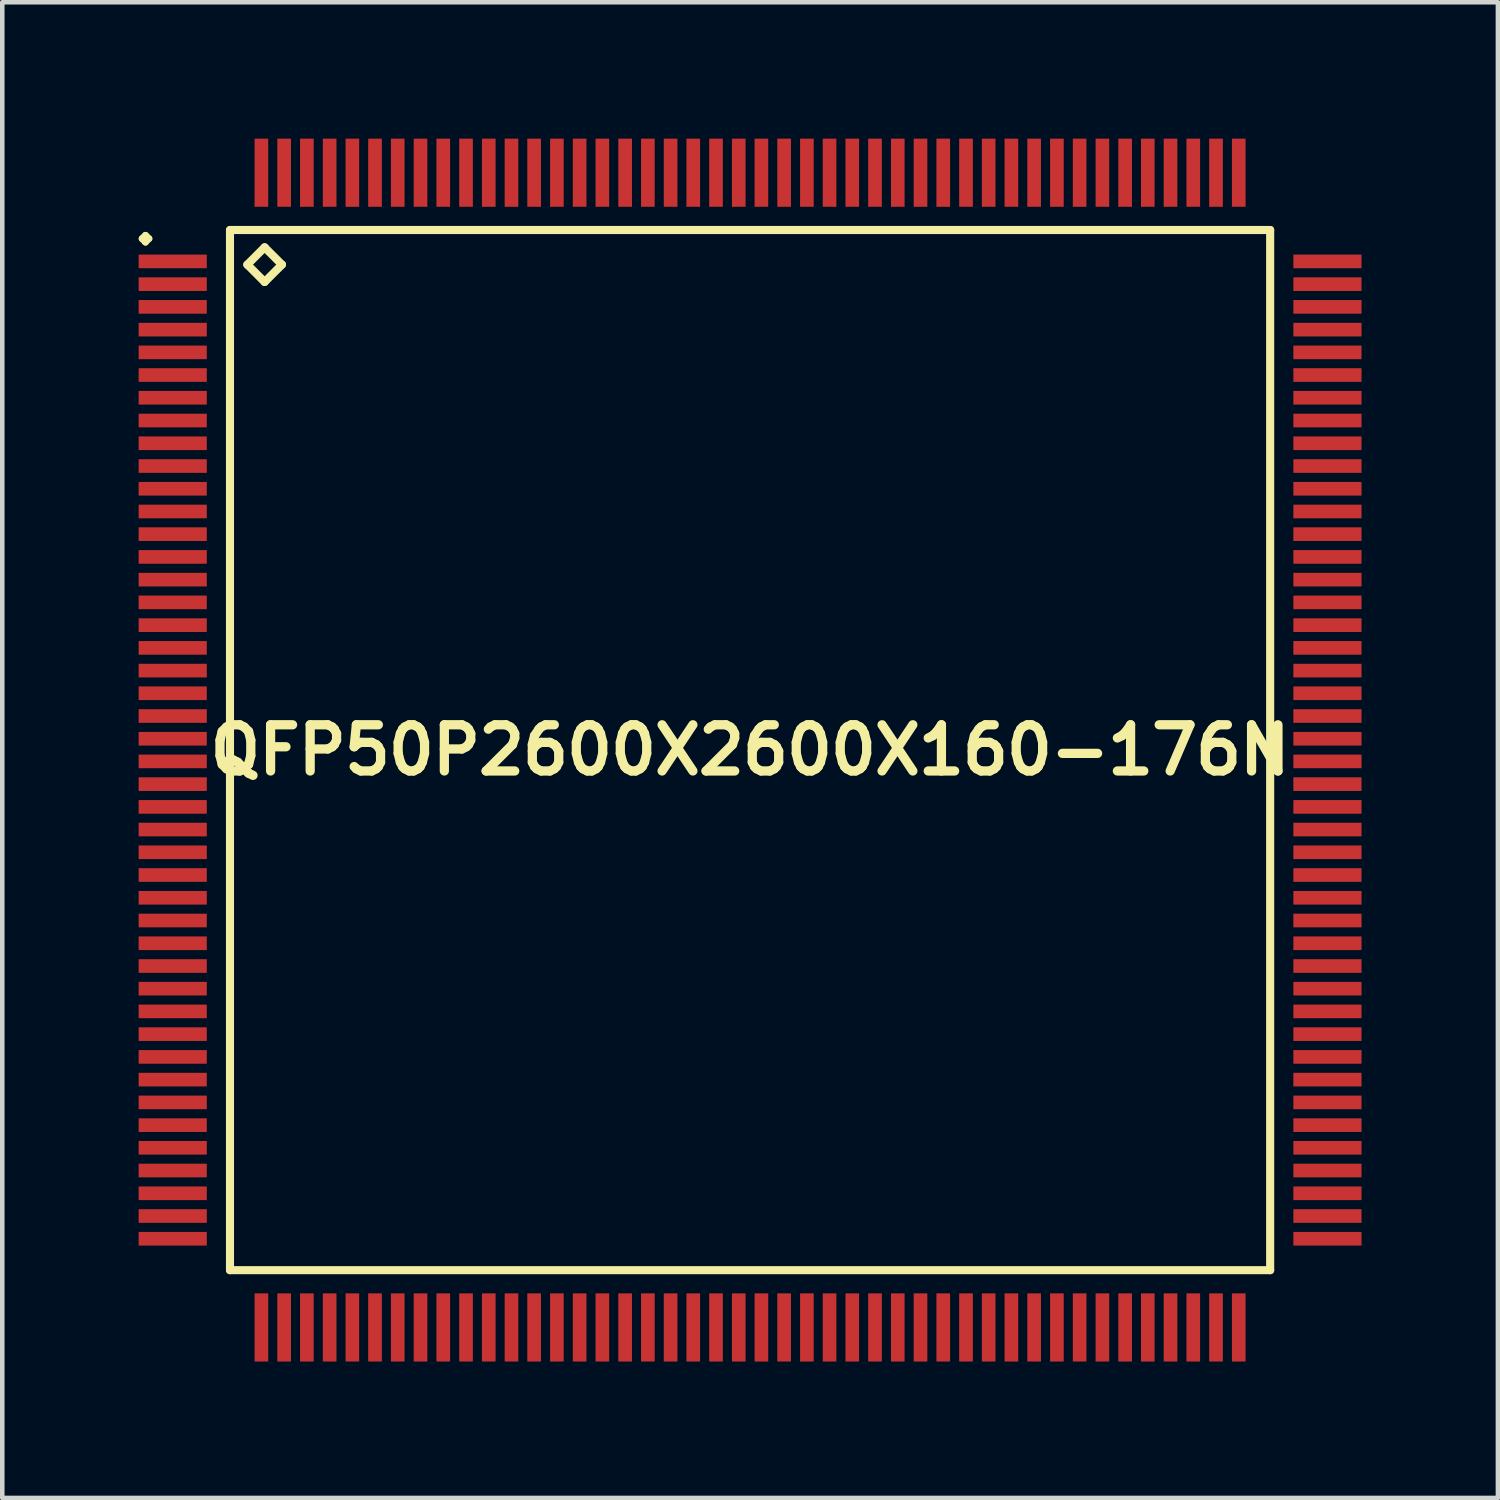
<source format=kicad_pcb>
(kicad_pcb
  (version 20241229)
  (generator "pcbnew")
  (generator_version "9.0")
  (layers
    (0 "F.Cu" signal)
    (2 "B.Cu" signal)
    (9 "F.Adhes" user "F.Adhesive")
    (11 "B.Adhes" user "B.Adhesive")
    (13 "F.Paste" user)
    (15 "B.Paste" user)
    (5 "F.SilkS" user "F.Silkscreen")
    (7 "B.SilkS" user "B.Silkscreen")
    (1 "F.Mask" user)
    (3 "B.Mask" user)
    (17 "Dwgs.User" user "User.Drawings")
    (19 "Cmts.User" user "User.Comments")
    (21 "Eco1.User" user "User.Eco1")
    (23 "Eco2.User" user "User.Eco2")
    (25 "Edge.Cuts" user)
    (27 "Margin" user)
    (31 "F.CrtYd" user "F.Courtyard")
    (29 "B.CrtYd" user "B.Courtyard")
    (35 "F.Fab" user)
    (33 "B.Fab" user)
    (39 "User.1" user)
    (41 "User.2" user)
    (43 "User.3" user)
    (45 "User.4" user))
  (footprint "QFP50P2600X2600X160-176N"
    (layer "F.Cu")
    (at 13.449 13.449)
    (property "Reference" "QFP50P2600X2600X160-176N" (at 0 0 0) (layer "F.SilkS") (effects (font (size 1.016 1.016) (thickness 0.203))))
    (attr smd)
    (fp_line (start -13.373 -11.25) (end -13.299 -11.323) (stroke (width 0.15) (type solid)) (layer "F.SilkS"))
    (fp_line (start -13.299 -11.323) (end -13.223 -11.25) (stroke (width 0.15) (type solid)) (layer "F.SilkS"))
    (fp_line (start -13.299 -11.173) (end -13.373 -11.25) (stroke (width 0.15) (type solid)) (layer "F.SilkS"))
    (fp_line (start -13.223 -11.25) (end -13.299 -11.173) (stroke (width 0.15) (type solid)) (layer "F.SilkS"))
    (fp_line (start -11.44 -11.44) (end -11.44 11.44) (stroke (width 0.178) (type solid)) (layer "F.SilkS"))
    (fp_line (start -11.44 11.44) (end 11.44 11.44) (stroke (width 0.178) (type solid)) (layer "F.SilkS"))
    (fp_line (start -11.059 -10.678) (end -10.678 -11.059) (stroke (width 0.178) (type solid)) (layer "F.SilkS"))
    (fp_line (start -10.678 -11.059) (end -10.297 -10.678) (stroke (width 0.178) (type solid)) (layer "F.SilkS"))
    (fp_line (start -10.678 -10.297) (end -11.059 -10.678) (stroke (width 0.178) (type solid)) (layer "F.SilkS"))
    (fp_line (start -10.297 -10.678) (end -10.678 -10.297) (stroke (width 0.178) (type solid)) (layer "F.SilkS"))
    (fp_line (start 11.44 -11.44) (end -11.44 -11.44) (stroke (width 0.178) (type solid)) (layer "F.SilkS"))
    (fp_line (start 11.44 11.44) (end 11.44 -11.44) (stroke (width 0.178) (type solid)) (layer "F.SilkS"))
    (pad "1" smd rect (at -12.7 -10.749) (size 1.499 0.3) (layers "F.Cu" "F.Mask" "F.Paste"))
    (pad "2" smd rect (at -12.7 -10.249) (size 1.499 0.3) (layers "F.Cu" "F.Mask" "F.Paste"))
    (pad "3" smd rect (at -12.7 -9.749) (size 1.499 0.3) (layers "F.Cu" "F.Mask" "F.Paste"))
    (pad "4" smd rect (at -12.7 -9.248) (size 1.499 0.3) (layers "F.Cu" "F.Mask" "F.Paste"))
    (pad "5" smd rect (at -12.7 -8.748) (size 1.499 0.3) (layers "F.Cu" "F.Mask" "F.Paste"))
    (pad "6" smd rect (at -12.7 -8.25) (size 1.499 0.3) (layers "F.Cu" "F.Mask" "F.Paste"))
    (pad "7" smd rect (at -12.7 -7.75) (size 1.499 0.3) (layers "F.Cu" "F.Mask" "F.Paste"))
    (pad "8" smd rect (at -12.7 -7.249) (size 1.499 0.3) (layers "F.Cu" "F.Mask" "F.Paste"))
    (pad "9" smd rect (at -12.7 -6.749) (size 1.499 0.3) (layers "F.Cu" "F.Mask" "F.Paste"))
    (pad "10" smd rect (at -12.7 -6.248) (size 1.499 0.3) (layers "F.Cu" "F.Mask" "F.Paste"))
    (pad "11" smd rect (at -12.7 -5.748) (size 1.499 0.3) (layers "F.Cu" "F.Mask" "F.Paste"))
    (pad "12" smd rect (at -12.7 -5.248) (size 1.499 0.3) (layers "F.Cu" "F.Mask" "F.Paste"))
    (pad "13" smd rect (at -12.7 -4.75) (size 1.499 0.3) (layers "F.Cu" "F.Mask" "F.Paste"))
    (pad "14" smd rect (at -12.7 -4.249) (size 1.499 0.3) (layers "F.Cu" "F.Mask" "F.Paste"))
    (pad "15" smd rect (at -12.7 -3.749) (size 1.499 0.3) (layers "F.Cu" "F.Mask" "F.Paste"))
    (pad "16" smd rect (at -12.7 -3.249) (size 1.499 0.3) (layers "F.Cu" "F.Mask" "F.Paste"))
    (pad "17" smd rect (at -12.7 -2.748) (size 1.499 0.3) (layers "F.Cu" "F.Mask" "F.Paste"))
    (pad "18" smd rect (at -12.7 -2.248) (size 1.499 0.3) (layers "F.Cu" "F.Mask" "F.Paste"))
    (pad "19" smd rect (at -12.7 -1.748) (size 1.499 0.3) (layers "F.Cu" "F.Mask" "F.Paste"))
    (pad "20" smd rect (at -12.7 -1.25) (size 1.499 0.3) (layers "F.Cu" "F.Mask" "F.Paste"))
    (pad "21" smd rect (at -12.7 -0.749) (size 1.499 0.3) (layers "F.Cu" "F.Mask" "F.Paste"))
    (pad "22" smd rect (at -12.7 -0.249) (size 1.499 0.3) (layers "F.Cu" "F.Mask" "F.Paste"))
    (pad "23" smd rect (at -12.7 0.249) (size 1.499 0.3) (layers "F.Cu" "F.Mask" "F.Paste"))
    (pad "24" smd rect (at -12.7 0.749) (size 1.499 0.3) (layers "F.Cu" "F.Mask" "F.Paste"))
    (pad "25" smd rect (at -12.7 1.25) (size 1.499 0.3) (layers "F.Cu" "F.Mask" "F.Paste"))
    (pad "26" smd rect (at -12.7 1.748) (size 1.499 0.3) (layers "F.Cu" "F.Mask" "F.Paste"))
    (pad "27" smd rect (at -12.7 2.248) (size 1.499 0.3) (layers "F.Cu" "F.Mask" "F.Paste"))
    (pad "28" smd rect (at -12.7 2.748) (size 1.499 0.3) (layers "F.Cu" "F.Mask" "F.Paste"))
    (pad "29" smd rect (at -12.7 3.249) (size 1.499 0.3) (layers "F.Cu" "F.Mask" "F.Paste"))
    (pad "30" smd rect (at -12.7 3.749) (size 1.499 0.3) (layers "F.Cu" "F.Mask" "F.Paste"))
    (pad "31" smd rect (at -12.7 4.249) (size 1.499 0.3) (layers "F.Cu" "F.Mask" "F.Paste"))
    (pad "32" smd rect (at -12.7 4.75) (size 1.499 0.3) (layers "F.Cu" "F.Mask" "F.Paste"))
    (pad "33" smd rect (at -12.7 5.248) (size 1.499 0.3) (layers "F.Cu" "F.Mask" "F.Paste"))
    (pad "34" smd rect (at -12.7 5.748) (size 1.499 0.3) (layers "F.Cu" "F.Mask" "F.Paste"))
    (pad "35" smd rect (at -12.7 6.248) (size 1.499 0.3) (layers "F.Cu" "F.Mask" "F.Paste"))
    (pad "36" smd rect (at -12.7 6.749) (size 1.499 0.3) (layers "F.Cu" "F.Mask" "F.Paste"))
    (pad "37" smd rect (at -12.7 7.249) (size 1.499 0.3) (layers "F.Cu" "F.Mask" "F.Paste"))
    (pad "38" smd rect (at -12.7 7.75) (size 1.499 0.3) (layers "F.Cu" "F.Mask" "F.Paste"))
    (pad "39" smd rect (at -12.7 8.25) (size 1.499 0.3) (layers "F.Cu" "F.Mask" "F.Paste"))
    (pad "40" smd rect (at -12.7 8.748) (size 1.499 0.3) (layers "F.Cu" "F.Mask" "F.Paste"))
    (pad "41" smd rect (at -12.7 9.248) (size 1.499 0.3) (layers "F.Cu" "F.Mask" "F.Paste"))
    (pad "42" smd rect (at -12.7 9.749) (size 1.499 0.3) (layers "F.Cu" "F.Mask" "F.Paste"))
    (pad "43" smd rect (at -12.7 10.249) (size 1.499 0.3) (layers "F.Cu" "F.Mask" "F.Paste"))
    (pad "44" smd rect (at -12.7 10.749) (size 1.499 0.3) (layers "F.Cu" "F.Mask" "F.Paste"))
    (pad "45" smd rect (at -10.749 12.7) (size 0.3 1.499) (layers "F.Cu" "F.Mask" "F.Paste"))
    (pad "46" smd rect (at -10.249 12.7) (size 0.3 1.499) (layers "F.Cu" "F.Mask" "F.Paste"))
    (pad "47" smd rect (at -9.749 12.7) (size 0.3 1.499) (layers "F.Cu" "F.Mask" "F.Paste"))
    (pad "48" smd rect (at -9.248 12.7) (size 0.3 1.499) (layers "F.Cu" "F.Mask" "F.Paste"))
    (pad "49" smd rect (at -8.748 12.7) (size 0.3 1.499) (layers "F.Cu" "F.Mask" "F.Paste"))
    (pad "50" smd rect (at -8.25 12.7) (size 0.3 1.499) (layers "F.Cu" "F.Mask" "F.Paste"))
    (pad "51" smd rect (at -7.75 12.7) (size 0.3 1.499) (layers "F.Cu" "F.Mask" "F.Paste"))
    (pad "52" smd rect (at -7.249 12.7) (size 0.3 1.499) (layers "F.Cu" "F.Mask" "F.Paste"))
    (pad "53" smd rect (at -6.749 12.7) (size 0.3 1.499) (layers "F.Cu" "F.Mask" "F.Paste"))
    (pad "54" smd rect (at -6.248 12.7) (size 0.3 1.499) (layers "F.Cu" "F.Mask" "F.Paste"))
    (pad "55" smd rect (at -5.748 12.7) (size 0.3 1.499) (layers "F.Cu" "F.Mask" "F.Paste"))
    (pad "56" smd rect (at -5.248 12.7) (size 0.3 1.499) (layers "F.Cu" "F.Mask" "F.Paste"))
    (pad "57" smd rect (at -4.75 12.7) (size 0.3 1.499) (layers "F.Cu" "F.Mask" "F.Paste"))
    (pad "58" smd rect (at -4.249 12.7) (size 0.3 1.499) (layers "F.Cu" "F.Mask" "F.Paste"))
    (pad "59" smd rect (at -3.749 12.7) (size 0.3 1.499) (layers "F.Cu" "F.Mask" "F.Paste"))
    (pad "60" smd rect (at -3.249 12.7) (size 0.3 1.499) (layers "F.Cu" "F.Mask" "F.Paste"))
    (pad "61" smd rect (at -2.748 12.7) (size 0.3 1.499) (layers "F.Cu" "F.Mask" "F.Paste"))
    (pad "62" smd rect (at -2.248 12.7) (size 0.3 1.499) (layers "F.Cu" "F.Mask" "F.Paste"))
    (pad "63" smd rect (at -1.748 12.7) (size 0.3 1.499) (layers "F.Cu" "F.Mask" "F.Paste"))
    (pad "64" smd rect (at -1.25 12.7) (size 0.3 1.499) (layers "F.Cu" "F.Mask" "F.Paste"))
    (pad "65" smd rect (at -0.749 12.7) (size 0.3 1.499) (layers "F.Cu" "F.Mask" "F.Paste"))
    (pad "66" smd rect (at -0.249 12.7) (size 0.3 1.499) (layers "F.Cu" "F.Mask" "F.Paste"))
    (pad "67" smd rect (at 0.249 12.7) (size 0.3 1.499) (layers "F.Cu" "F.Mask" "F.Paste"))
    (pad "68" smd rect (at 0.749 12.7) (size 0.3 1.499) (layers "F.Cu" "F.Mask" "F.Paste"))
    (pad "69" smd rect (at 1.25 12.7) (size 0.3 1.499) (layers "F.Cu" "F.Mask" "F.Paste"))
    (pad "70" smd rect (at 1.748 12.7) (size 0.3 1.499) (layers "F.Cu" "F.Mask" "F.Paste"))
    (pad "71" smd rect (at 2.248 12.7) (size 0.3 1.499) (layers "F.Cu" "F.Mask" "F.Paste"))
    (pad "72" smd rect (at 2.748 12.7) (size 0.3 1.499) (layers "F.Cu" "F.Mask" "F.Paste"))
    (pad "73" smd rect (at 3.249 12.7) (size 0.3 1.499) (layers "F.Cu" "F.Mask" "F.Paste"))
    (pad "74" smd rect (at 3.749 12.7) (size 0.3 1.499) (layers "F.Cu" "F.Mask" "F.Paste"))
    (pad "75" smd rect (at 4.249 12.7) (size 0.3 1.499) (layers "F.Cu" "F.Mask" "F.Paste"))
    (pad "76" smd rect (at 4.75 12.7) (size 0.3 1.499) (layers "F.Cu" "F.Mask" "F.Paste"))
    (pad "77" smd rect (at 5.248 12.7) (size 0.3 1.499) (layers "F.Cu" "F.Mask" "F.Paste"))
    (pad "78" smd rect (at 5.748 12.7) (size 0.3 1.499) (layers "F.Cu" "F.Mask" "F.Paste"))
    (pad "79" smd rect (at 6.248 12.7) (size 0.3 1.499) (layers "F.Cu" "F.Mask" "F.Paste"))
    (pad "80" smd rect (at 6.749 12.7) (size 0.3 1.499) (layers "F.Cu" "F.Mask" "F.Paste"))
    (pad "81" smd rect (at 7.249 12.7) (size 0.3 1.499) (layers "F.Cu" "F.Mask" "F.Paste"))
    (pad "82" smd rect (at 7.75 12.7) (size 0.3 1.499) (layers "F.Cu" "F.Mask" "F.Paste"))
    (pad "83" smd rect (at 8.25 12.7) (size 0.3 1.499) (layers "F.Cu" "F.Mask" "F.Paste"))
    (pad "84" smd rect (at 8.748 12.7) (size 0.3 1.499) (layers "F.Cu" "F.Mask" "F.Paste"))
    (pad "85" smd rect (at 9.248 12.7) (size 0.3 1.499) (layers "F.Cu" "F.Mask" "F.Paste"))
    (pad "86" smd rect (at 9.749 12.7) (size 0.3 1.499) (layers "F.Cu" "F.Mask" "F.Paste"))
    (pad "87" smd rect (at 10.249 12.7) (size 0.3 1.499) (layers "F.Cu" "F.Mask" "F.Paste"))
    (pad "88" smd rect (at 10.749 12.7) (size 0.3 1.499) (layers "F.Cu" "F.Mask" "F.Paste"))
    (pad "89" smd rect (at 12.7 10.749) (size 1.499 0.3) (layers "F.Cu" "F.Mask" "F.Paste"))
    (pad "90" smd rect (at 12.7 10.249) (size 1.499 0.3) (layers "F.Cu" "F.Mask" "F.Paste"))
    (pad "91" smd rect (at 12.7 9.749) (size 1.499 0.3) (layers "F.Cu" "F.Mask" "F.Paste"))
    (pad "92" smd rect (at 12.7 9.248) (size 1.499 0.3) (layers "F.Cu" "F.Mask" "F.Paste"))
    (pad "93" smd rect (at 12.7 8.748) (size 1.499 0.3) (layers "F.Cu" "F.Mask" "F.Paste"))
    (pad "94" smd rect (at 12.7 8.25) (size 1.499 0.3) (layers "F.Cu" "F.Mask" "F.Paste"))
    (pad "95" smd rect (at 12.7 7.75) (size 1.499 0.3) (layers "F.Cu" "F.Mask" "F.Paste"))
    (pad "96" smd rect (at 12.7 7.249) (size 1.499 0.3) (layers "F.Cu" "F.Mask" "F.Paste"))
    (pad "97" smd rect (at 12.7 6.749) (size 1.499 0.3) (layers "F.Cu" "F.Mask" "F.Paste"))
    (pad "98" smd rect (at 12.7 6.248) (size 1.499 0.3) (layers "F.Cu" "F.Mask" "F.Paste"))
    (pad "99" smd rect (at 12.7 5.748) (size 1.499 0.3) (layers "F.Cu" "F.Mask" "F.Paste"))
    (pad "100" smd rect (at 12.7 5.248) (size 1.499 0.3) (layers "F.Cu" "F.Mask" "F.Paste"))
    (pad "101" smd rect (at 12.7 4.75) (size 1.499 0.3) (layers "F.Cu" "F.Mask" "F.Paste"))
    (pad "102" smd rect (at 12.7 4.249) (size 1.499 0.3) (layers "F.Cu" "F.Mask" "F.Paste"))
    (pad "103" smd rect (at 12.7 3.749) (size 1.499 0.3) (layers "F.Cu" "F.Mask" "F.Paste"))
    (pad "104" smd rect (at 12.7 3.249) (size 1.499 0.3) (layers "F.Cu" "F.Mask" "F.Paste"))
    (pad "105" smd rect (at 12.7 2.748) (size 1.499 0.3) (layers "F.Cu" "F.Mask" "F.Paste"))
    (pad "106" smd rect (at 12.7 2.248) (size 1.499 0.3) (layers "F.Cu" "F.Mask" "F.Paste"))
    (pad "107" smd rect (at 12.7 1.748) (size 1.499 0.3) (layers "F.Cu" "F.Mask" "F.Paste"))
    (pad "108" smd rect (at 12.7 1.25) (size 1.499 0.3) (layers "F.Cu" "F.Mask" "F.Paste"))
    (pad "109" smd rect (at 12.7 0.749) (size 1.499 0.3) (layers "F.Cu" "F.Mask" "F.Paste"))
    (pad "110" smd rect (at 12.7 0.249) (size 1.499 0.3) (layers "F.Cu" "F.Mask" "F.Paste"))
    (pad "111" smd rect (at 12.7 -0.249) (size 1.499 0.3) (layers "F.Cu" "F.Mask" "F.Paste"))
    (pad "112" smd rect (at 12.7 -0.749) (size 1.499 0.3) (layers "F.Cu" "F.Mask" "F.Paste"))
    (pad "113" smd rect (at 12.7 -1.25) (size 1.499 0.3) (layers "F.Cu" "F.Mask" "F.Paste"))
    (pad "114" smd rect (at 12.7 -1.748) (size 1.499 0.3) (layers "F.Cu" "F.Mask" "F.Paste"))
    (pad "115" smd rect (at 12.7 -2.248) (size 1.499 0.3) (layers "F.Cu" "F.Mask" "F.Paste"))
    (pad "116" smd rect (at 12.7 -2.748) (size 1.499 0.3) (layers "F.Cu" "F.Mask" "F.Paste"))
    (pad "117" smd rect (at 12.7 -3.249) (size 1.499 0.3) (layers "F.Cu" "F.Mask" "F.Paste"))
    (pad "118" smd rect (at 12.7 -3.749) (size 1.499 0.3) (layers "F.Cu" "F.Mask" "F.Paste"))
    (pad "119" smd rect (at 12.7 -4.249) (size 1.499 0.3) (layers "F.Cu" "F.Mask" "F.Paste"))
    (pad "120" smd rect (at 12.7 -4.75) (size 1.499 0.3) (layers "F.Cu" "F.Mask" "F.Paste"))
    (pad "121" smd rect (at 12.7 -5.248) (size 1.499 0.3) (layers "F.Cu" "F.Mask" "F.Paste"))
    (pad "122" smd rect (at 12.7 -5.748) (size 1.499 0.3) (layers "F.Cu" "F.Mask" "F.Paste"))
    (pad "123" smd rect (at 12.7 -6.248) (size 1.499 0.3) (layers "F.Cu" "F.Mask" "F.Paste"))
    (pad "124" smd rect (at 12.7 -6.749) (size 1.499 0.3) (layers "F.Cu" "F.Mask" "F.Paste"))
    (pad "125" smd rect (at 12.7 -7.249) (size 1.499 0.3) (layers "F.Cu" "F.Mask" "F.Paste"))
    (pad "126" smd rect (at 12.7 -7.75) (size 1.499 0.3) (layers "F.Cu" "F.Mask" "F.Paste"))
    (pad "127" smd rect (at 12.7 -8.25) (size 1.499 0.3) (layers "F.Cu" "F.Mask" "F.Paste"))
    (pad "128" smd rect (at 12.7 -8.748) (size 1.499 0.3) (layers "F.Cu" "F.Mask" "F.Paste"))
    (pad "129" smd rect (at 12.7 -9.248) (size 1.499 0.3) (layers "F.Cu" "F.Mask" "F.Paste"))
    (pad "130" smd rect (at 12.7 -9.749) (size 1.499 0.3) (layers "F.Cu" "F.Mask" "F.Paste"))
    (pad "131" smd rect (at 12.7 -10.249) (size 1.499 0.3) (layers "F.Cu" "F.Mask" "F.Paste"))
    (pad "132" smd rect (at 12.7 -10.749) (size 1.499 0.3) (layers "F.Cu" "F.Mask" "F.Paste"))
    (pad "133" smd rect (at 10.749 -12.7) (size 0.3 1.499) (layers "F.Cu" "F.Mask" "F.Paste"))
    (pad "134" smd rect (at 10.249 -12.7) (size 0.3 1.499) (layers "F.Cu" "F.Mask" "F.Paste"))
    (pad "135" smd rect (at 9.749 -12.7) (size 0.3 1.499) (layers "F.Cu" "F.Mask" "F.Paste"))
    (pad "136" smd rect (at 9.248 -12.7) (size 0.3 1.499) (layers "F.Cu" "F.Mask" "F.Paste"))
    (pad "137" smd rect (at 8.748 -12.7) (size 0.3 1.499) (layers "F.Cu" "F.Mask" "F.Paste"))
    (pad "138" smd rect (at 8.25 -12.7) (size 0.3 1.499) (layers "F.Cu" "F.Mask" "F.Paste"))
    (pad "139" smd rect (at 7.75 -12.7) (size 0.3 1.499) (layers "F.Cu" "F.Mask" "F.Paste"))
    (pad "140" smd rect (at 7.249 -12.7) (size 0.3 1.499) (layers "F.Cu" "F.Mask" "F.Paste"))
    (pad "141" smd rect (at 6.749 -12.7) (size 0.3 1.499) (layers "F.Cu" "F.Mask" "F.Paste"))
    (pad "142" smd rect (at 6.248 -12.7) (size 0.3 1.499) (layers "F.Cu" "F.Mask" "F.Paste"))
    (pad "143" smd rect (at 5.748 -12.7) (size 0.3 1.499) (layers "F.Cu" "F.Mask" "F.Paste"))
    (pad "144" smd rect (at 5.248 -12.7) (size 0.3 1.499) (layers "F.Cu" "F.Mask" "F.Paste"))
    (pad "145" smd rect (at 4.75 -12.7) (size 0.3 1.499) (layers "F.Cu" "F.Mask" "F.Paste"))
    (pad "146" smd rect (at 4.249 -12.7) (size 0.3 1.499) (layers "F.Cu" "F.Mask" "F.Paste"))
    (pad "147" smd rect (at 3.749 -12.7) (size 0.3 1.499) (layers "F.Cu" "F.Mask" "F.Paste"))
    (pad "148" smd rect (at 3.249 -12.7) (size 0.3 1.499) (layers "F.Cu" "F.Mask" "F.Paste"))
    (pad "149" smd rect (at 2.748 -12.7) (size 0.3 1.499) (layers "F.Cu" "F.Mask" "F.Paste"))
    (pad "150" smd rect (at 2.248 -12.7) (size 0.3 1.499) (layers "F.Cu" "F.Mask" "F.Paste"))
    (pad "151" smd rect (at 1.748 -12.7) (size 0.3 1.499) (layers "F.Cu" "F.Mask" "F.Paste"))
    (pad "152" smd rect (at 1.25 -12.7) (size 0.3 1.499) (layers "F.Cu" "F.Mask" "F.Paste"))
    (pad "153" smd rect (at 0.749 -12.7) (size 0.3 1.499) (layers "F.Cu" "F.Mask" "F.Paste"))
    (pad "154" smd rect (at 0.249 -12.7) (size 0.3 1.499) (layers "F.Cu" "F.Mask" "F.Paste"))
    (pad "155" smd rect (at -0.249 -12.7) (size 0.3 1.499) (layers "F.Cu" "F.Mask" "F.Paste"))
    (pad "156" smd rect (at -0.749 -12.7) (size 0.3 1.499) (layers "F.Cu" "F.Mask" "F.Paste"))
    (pad "157" smd rect (at -1.25 -12.7) (size 0.3 1.499) (layers "F.Cu" "F.Mask" "F.Paste"))
    (pad "158" smd rect (at -1.748 -12.7) (size 0.3 1.499) (layers "F.Cu" "F.Mask" "F.Paste"))
    (pad "159" smd rect (at -2.248 -12.7) (size 0.3 1.499) (layers "F.Cu" "F.Mask" "F.Paste"))
    (pad "160" smd rect (at -2.748 -12.7) (size 0.3 1.499) (layers "F.Cu" "F.Mask" "F.Paste"))
    (pad "161" smd rect (at -3.249 -12.7) (size 0.3 1.499) (layers "F.Cu" "F.Mask" "F.Paste"))
    (pad "162" smd rect (at -3.749 -12.7) (size 0.3 1.499) (layers "F.Cu" "F.Mask" "F.Paste"))
    (pad "163" smd rect (at -4.249 -12.7) (size 0.3 1.499) (layers "F.Cu" "F.Mask" "F.Paste"))
    (pad "164" smd rect (at -4.75 -12.7) (size 0.3 1.499) (layers "F.Cu" "F.Mask" "F.Paste"))
    (pad "165" smd rect (at -5.248 -12.7) (size 0.3 1.499) (layers "F.Cu" "F.Mask" "F.Paste"))
    (pad "166" smd rect (at -5.748 -12.7) (size 0.3 1.499) (layers "F.Cu" "F.Mask" "F.Paste"))
    (pad "167" smd rect (at -6.248 -12.7) (size 0.3 1.499) (layers "F.Cu" "F.Mask" "F.Paste"))
    (pad "168" smd rect (at -6.749 -12.7) (size 0.3 1.499) (layers "F.Cu" "F.Mask" "F.Paste"))
    (pad "169" smd rect (at -7.249 -12.7) (size 0.3 1.499) (layers "F.Cu" "F.Mask" "F.Paste"))
    (pad "170" smd rect (at -7.75 -12.7) (size 0.3 1.499) (layers "F.Cu" "F.Mask" "F.Paste"))
    (pad "171" smd rect (at -8.25 -12.7) (size 0.3 1.499) (layers "F.Cu" "F.Mask" "F.Paste"))
    (pad "172" smd rect (at -8.748 -12.7) (size 0.3 1.499) (layers "F.Cu" "F.Mask" "F.Paste"))
    (pad "173" smd rect (at -9.248 -12.7) (size 0.3 1.499) (layers "F.Cu" "F.Mask" "F.Paste"))
    (pad "174" smd rect (at -9.749 -12.7) (size 0.3 1.499) (layers "F.Cu" "F.Mask" "F.Paste"))
    (pad "175" smd rect (at -10.249 -12.7) (size 0.3 1.499) (layers "F.Cu" "F.Mask" "F.Paste"))
    (pad "176" smd rect (at -10.749 -12.7) (size 0.3 1.499) (layers "F.Cu" "F.Mask" "F.Paste")))
  (gr_rect
    (start -3 -3)
    (end 29.899 29.899)
    (stroke (width 0.1) (type default))
    (fill no)
    (layer "Edge.Cuts")))
</source>
